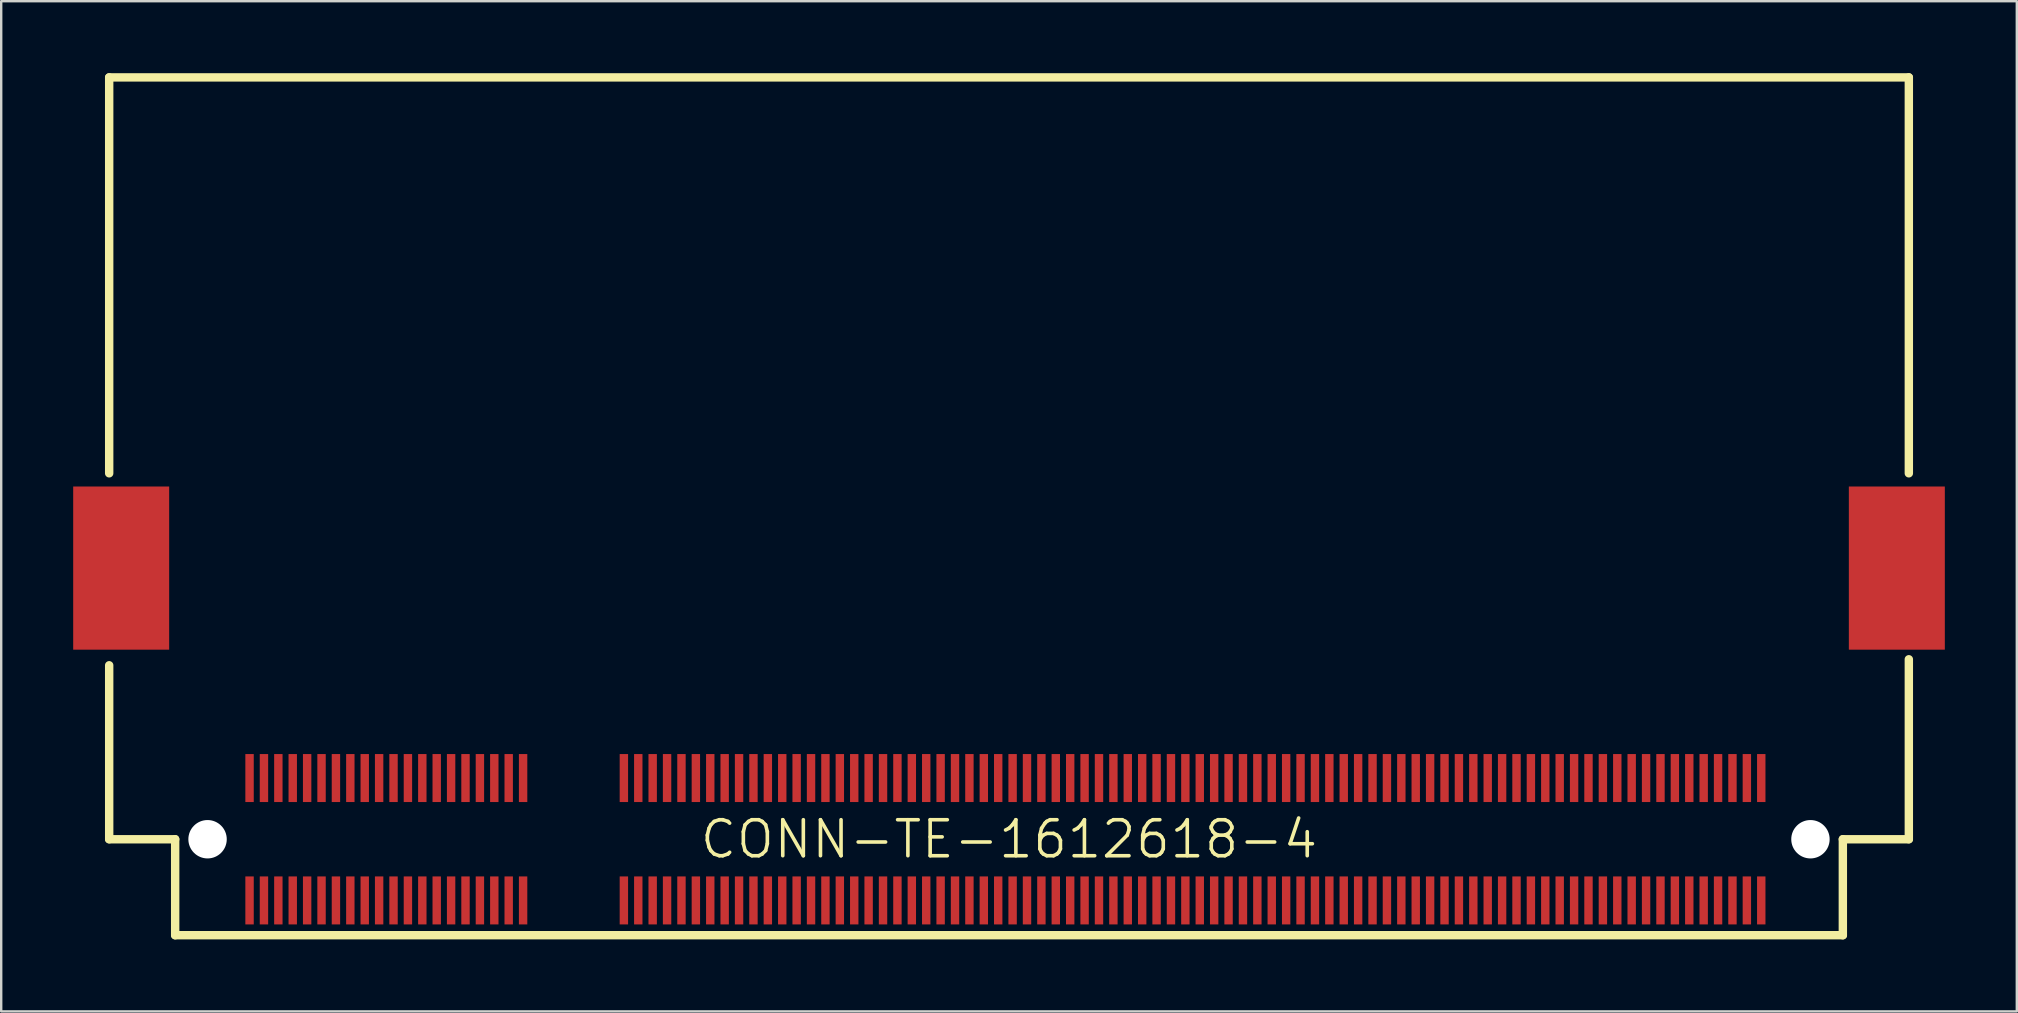
<source format=kicad_pcb>
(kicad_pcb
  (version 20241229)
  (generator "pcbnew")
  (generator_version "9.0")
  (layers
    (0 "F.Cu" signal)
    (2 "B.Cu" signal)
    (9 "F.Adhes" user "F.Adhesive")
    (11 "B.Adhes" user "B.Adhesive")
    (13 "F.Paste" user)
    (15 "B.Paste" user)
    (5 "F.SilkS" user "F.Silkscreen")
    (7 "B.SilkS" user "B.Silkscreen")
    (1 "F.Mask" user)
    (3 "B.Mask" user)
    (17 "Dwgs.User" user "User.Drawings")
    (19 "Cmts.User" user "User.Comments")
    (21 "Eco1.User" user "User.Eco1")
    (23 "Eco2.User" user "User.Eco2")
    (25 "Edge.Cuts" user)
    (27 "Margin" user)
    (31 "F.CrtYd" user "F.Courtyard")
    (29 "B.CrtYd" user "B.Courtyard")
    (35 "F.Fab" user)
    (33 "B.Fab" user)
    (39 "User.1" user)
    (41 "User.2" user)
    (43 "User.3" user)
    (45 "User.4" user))
  (footprint "CONN-TE-1612618-4"
    (layer "F.Cu")
    (at 39 31.925)
    (property "Reference" "CONN-TE-1612618-4" (at 0 0 0) (layer "F.SilkS") (effects (font (size 1.5 1.5) (thickness 0.15))))
    (attr smd)
    (fp_line (start -37.5 -31.75) (end -37.5 -15.25) (stroke (width 0.35) (type solid)) (layer "F.SilkS"))
    (fp_line (start -37.5 -31.75) (end 37.5 -31.75) (stroke (width 0.35) (type solid)) (layer "F.SilkS"))
    (fp_line (start -37.5 0) (end -37.5 -7.25) (stroke (width 0.35) (type solid)) (layer "F.SilkS"))
    (fp_line (start -37.5 0) (end -34.75 0) (stroke (width 0.35) (type solid)) (layer "F.SilkS"))
    (fp_line (start -34.75 0) (end -34.75 4) (stroke (width 0.35) (type solid)) (layer "F.SilkS"))
    (fp_line (start -34.75 4) (end 34.75 4) (stroke (width 0.35) (type solid)) (layer "F.SilkS"))
    (fp_line (start 34.75 0) (end 37.5 0) (stroke (width 0.35) (type solid)) (layer "F.SilkS"))
    (fp_line (start 34.75 4) (end 34.75 0) (stroke (width 0.35) (type solid)) (layer "F.SilkS"))
    (fp_line (start 37.5 -31.75) (end 37.5 -15.25) (stroke (width 0.35) (type solid)) (layer "F.SilkS"))
    (fp_line (start 37.5 0) (end 37.5 -7.5) (stroke (width 0.35) (type solid)) (layer "F.SilkS"))
    (pad "" np_thru_hole circle (at -33.4 0) (size 1.6 1.6) (drill 1.6) (layers "*.Cu" "*.Mask"))
    (pad "" np_thru_hole circle (at 33.4 0) (size 1.6 1.6) (drill 1.6) (layers "*.Cu" "*.Mask"))
    (pad "1" smd rect (at -31.65 2.55) (size 0.35 2) (layers "F.Cu" "F.Mask" "F.Paste"))
    (pad "2" smd rect (at -31.65 -2.55) (size 0.35 2) (layers "F.Cu" "F.Mask" "F.Paste"))
    (pad "3" smd rect (at -31.05 2.55) (size 0.35 2) (layers "F.Cu" "F.Mask" "F.Paste"))
    (pad "4" smd rect (at -31.05 -2.55) (size 0.35 2) (layers "F.Cu" "F.Mask" "F.Paste"))
    (pad "5" smd rect (at -30.45 2.55) (size 0.35 2) (layers "F.Cu" "F.Mask" "F.Paste"))
    (pad "6" smd rect (at -30.45 -2.55) (size 0.35 2) (layers "F.Cu" "F.Mask" "F.Paste"))
    (pad "7" smd rect (at -29.85 2.55) (size 0.35 2) (layers "F.Cu" "F.Mask" "F.Paste"))
    (pad "8" smd rect (at -29.85 -2.55) (size 0.35 2) (layers "F.Cu" "F.Mask" "F.Paste"))
    (pad "9" smd rect (at -29.25 2.55) (size 0.35 2) (layers "F.Cu" "F.Mask" "F.Paste"))
    (pad "10" smd rect (at -29.25 -2.55) (size 0.35 2) (layers "F.Cu" "F.Mask" "F.Paste"))
    (pad "11" smd rect (at -28.65 2.55) (size 0.35 2) (layers "F.Cu" "F.Mask" "F.Paste"))
    (pad "12" smd rect (at -28.65 -2.55) (size 0.35 2) (layers "F.Cu" "F.Mask" "F.Paste"))
    (pad "13" smd rect (at -28.05 2.55) (size 0.35 2) (layers "F.Cu" "F.Mask" "F.Paste"))
    (pad "14" smd rect (at -28.05 -2.55) (size 0.35 2) (layers "F.Cu" "F.Mask" "F.Paste"))
    (pad "15" smd rect (at -27.45 2.55) (size 0.35 2) (layers "F.Cu" "F.Mask" "F.Paste"))
    (pad "16" smd rect (at -27.45 -2.55) (size 0.35 2) (layers "F.Cu" "F.Mask" "F.Paste"))
    (pad "17" smd rect (at -26.85 2.55) (size 0.35 2) (layers "F.Cu" "F.Mask" "F.Paste"))
    (pad "18" smd rect (at -26.85 -2.55) (size 0.35 2) (layers "F.Cu" "F.Mask" "F.Paste"))
    (pad "19" smd rect (at -26.25 2.55) (size 0.35 2) (layers "F.Cu" "F.Mask" "F.Paste"))
    (pad "20" smd rect (at -26.25 -2.55) (size 0.35 2) (layers "F.Cu" "F.Mask" "F.Paste"))
    (pad "21" smd rect (at -25.65 2.55) (size 0.35 2) (layers "F.Cu" "F.Mask" "F.Paste"))
    (pad "22" smd rect (at -25.65 -2.55) (size 0.35 2) (layers "F.Cu" "F.Mask" "F.Paste"))
    (pad "23" smd rect (at -25.05 2.55) (size 0.35 2) (layers "F.Cu" "F.Mask" "F.Paste"))
    (pad "24" smd rect (at -25.05 -2.55) (size 0.35 2) (layers "F.Cu" "F.Mask" "F.Paste"))
    (pad "25" smd rect (at -24.45 2.55) (size 0.35 2) (layers "F.Cu" "F.Mask" "F.Paste"))
    (pad "26" smd rect (at -24.45 -2.55) (size 0.35 2) (layers "F.Cu" "F.Mask" "F.Paste"))
    (pad "27" smd rect (at -23.85 2.55) (size 0.35 2) (layers "F.Cu" "F.Mask" "F.Paste"))
    (pad "28" smd rect (at -23.85 -2.55) (size 0.35 2) (layers "F.Cu" "F.Mask" "F.Paste"))
    (pad "29" smd rect (at -23.25 2.55) (size 0.35 2) (layers "F.Cu" "F.Mask" "F.Paste"))
    (pad "30" smd rect (at -23.25 -2.55) (size 0.35 2) (layers "F.Cu" "F.Mask" "F.Paste"))
    (pad "31" smd rect (at -22.65 2.55) (size 0.35 2) (layers "F.Cu" "F.Mask" "F.Paste"))
    (pad "32" smd rect (at -22.65 -2.55) (size 0.35 2) (layers "F.Cu" "F.Mask" "F.Paste"))
    (pad "33" smd rect (at -22.05 2.55) (size 0.35 2) (layers "F.Cu" "F.Mask" "F.Paste"))
    (pad "34" smd rect (at -22.05 -2.55) (size 0.35 2) (layers "F.Cu" "F.Mask" "F.Paste"))
    (pad "35" smd rect (at -21.45 2.55) (size 0.35 2) (layers "F.Cu" "F.Mask" "F.Paste"))
    (pad "36" smd rect (at -21.45 -2.55) (size 0.35 2) (layers "F.Cu" "F.Mask" "F.Paste"))
    (pad "37" smd rect (at -20.85 2.55) (size 0.35 2) (layers "F.Cu" "F.Mask" "F.Paste"))
    (pad "38" smd rect (at -20.85 -2.55) (size 0.35 2) (layers "F.Cu" "F.Mask" "F.Paste"))
    (pad "39" smd rect (at -20.25 2.55) (size 0.35 2) (layers "F.Cu" "F.Mask" "F.Paste"))
    (pad "40" smd rect (at -20.25 -2.55) (size 0.35 2) (layers "F.Cu" "F.Mask" "F.Paste"))
    (pad "41" smd rect (at -16.05 2.55) (size 0.35 2) (layers "F.Cu" "F.Mask" "F.Paste"))
    (pad "42" smd rect (at -16.05 -2.55) (size 0.35 2) (layers "F.Cu" "F.Mask" "F.Paste"))
    (pad "43" smd rect (at -15.45 2.55) (size 0.35 2) (layers "F.Cu" "F.Mask" "F.Paste"))
    (pad "44" smd rect (at -15.45 -2.55) (size 0.35 2) (layers "F.Cu" "F.Mask" "F.Paste"))
    (pad "45" smd rect (at -14.85 2.55) (size 0.35 2) (layers "F.Cu" "F.Mask" "F.Paste"))
    (pad "46" smd rect (at -14.85 -2.55) (size 0.35 2) (layers "F.Cu" "F.Mask" "F.Paste"))
    (pad "47" smd rect (at -14.25 2.55) (size 0.35 2) (layers "F.Cu" "F.Mask" "F.Paste"))
    (pad "48" smd rect (at -14.25 -2.55) (size 0.35 2) (layers "F.Cu" "F.Mask" "F.Paste"))
    (pad "49" smd rect (at -13.65 2.55) (size 0.35 2) (layers "F.Cu" "F.Mask" "F.Paste"))
    (pad "50" smd rect (at -13.65 -2.55) (size 0.35 2) (layers "F.Cu" "F.Mask" "F.Paste"))
    (pad "51" smd rect (at -13.05 2.55) (size 0.35 2) (layers "F.Cu" "F.Mask" "F.Paste"))
    (pad "52" smd rect (at -13.05 -2.55) (size 0.35 2) (layers "F.Cu" "F.Mask" "F.Paste"))
    (pad "53" smd rect (at -12.45 2.55) (size 0.35 2) (layers "F.Cu" "F.Mask" "F.Paste"))
    (pad "54" smd rect (at -12.45 -2.55) (size 0.35 2) (layers "F.Cu" "F.Mask" "F.Paste"))
    (pad "55" smd rect (at -11.85 2.55) (size 0.35 2) (layers "F.Cu" "F.Mask" "F.Paste"))
    (pad "56" smd rect (at -11.85 -2.55) (size 0.35 2) (layers "F.Cu" "F.Mask" "F.Paste"))
    (pad "57" smd rect (at -11.25 2.55) (size 0.35 2) (layers "F.Cu" "F.Mask" "F.Paste"))
    (pad "58" smd rect (at -11.25 -2.55) (size 0.35 2) (layers "F.Cu" "F.Mask" "F.Paste"))
    (pad "59" smd rect (at -10.65 2.55) (size 0.35 2) (layers "F.Cu" "F.Mask" "F.Paste"))
    (pad "60" smd rect (at -10.65 -2.55) (size 0.35 2) (layers "F.Cu" "F.Mask" "F.Paste"))
    (pad "61" smd rect (at -10.05 2.55) (size 0.35 2) (layers "F.Cu" "F.Mask" "F.Paste"))
    (pad "62" smd rect (at -10.05 -2.55) (size 0.35 2) (layers "F.Cu" "F.Mask" "F.Paste"))
    (pad "63" smd rect (at -9.45 2.55) (size 0.35 2) (layers "F.Cu" "F.Mask" "F.Paste"))
    (pad "64" smd rect (at -9.45 -2.55) (size 0.35 2) (layers "F.Cu" "F.Mask" "F.Paste"))
    (pad "65" smd rect (at -8.85 2.55) (size 0.35 2) (layers "F.Cu" "F.Mask" "F.Paste"))
    (pad "66" smd rect (at -8.85 -2.55) (size 0.35 2) (layers "F.Cu" "F.Mask" "F.Paste"))
    (pad "67" smd rect (at -8.25 2.55) (size 0.35 2) (layers "F.Cu" "F.Mask" "F.Paste"))
    (pad "68" smd rect (at -8.25 -2.55) (size 0.35 2) (layers "F.Cu" "F.Mask" "F.Paste"))
    (pad "69" smd rect (at -7.65 2.55) (size 0.35 2) (layers "F.Cu" "F.Mask" "F.Paste"))
    (pad "70" smd rect (at -7.65 -2.55) (size 0.35 2) (layers "F.Cu" "F.Mask" "F.Paste"))
    (pad "71" smd rect (at -7.05 2.55) (size 0.35 2) (layers "F.Cu" "F.Mask" "F.Paste"))
    (pad "72" smd rect (at -7.05 -2.55) (size 0.35 2) (layers "F.Cu" "F.Mask" "F.Paste"))
    (pad "73" smd rect (at -6.45 2.55) (size 0.35 2) (layers "F.Cu" "F.Mask" "F.Paste"))
    (pad "74" smd rect (at -6.45 -2.55) (size 0.35 2) (layers "F.Cu" "F.Mask" "F.Paste"))
    (pad "75" smd rect (at -5.85 2.55) (size 0.35 2) (layers "F.Cu" "F.Mask" "F.Paste"))
    (pad "76" smd rect (at -5.85 -2.55) (size 0.35 2) (layers "F.Cu" "F.Mask" "F.Paste"))
    (pad "77" smd rect (at -5.25 2.55) (size 0.35 2) (layers "F.Cu" "F.Mask" "F.Paste"))
    (pad "78" smd rect (at -5.25 -2.55) (size 0.35 2) (layers "F.Cu" "F.Mask" "F.Paste"))
    (pad "79" smd rect (at -4.65 2.55) (size 0.35 2) (layers "F.Cu" "F.Mask" "F.Paste"))
    (pad "80" smd rect (at -4.65 -2.55) (size 0.35 2) (layers "F.Cu" "F.Mask" "F.Paste"))
    (pad "81" smd rect (at -4.05 2.55) (size 0.35 2) (layers "F.Cu" "F.Mask" "F.Paste"))
    (pad "82" smd rect (at -4.05 -2.55) (size 0.35 2) (layers "F.Cu" "F.Mask" "F.Paste"))
    (pad "83" smd rect (at -3.45 2.55) (size 0.35 2) (layers "F.Cu" "F.Mask" "F.Paste"))
    (pad "84" smd rect (at -3.45 -2.55) (size 0.35 2) (layers "F.Cu" "F.Mask" "F.Paste"))
    (pad "85" smd rect (at -2.85 2.55) (size 0.35 2) (layers "F.Cu" "F.Mask" "F.Paste"))
    (pad "86" smd rect (at -2.85 -2.55) (size 0.35 2) (layers "F.Cu" "F.Mask" "F.Paste"))
    (pad "87" smd rect (at -2.25 2.55) (size 0.35 2) (layers "F.Cu" "F.Mask" "F.Paste"))
    (pad "88" smd rect (at -2.25 -2.55) (size 0.35 2) (layers "F.Cu" "F.Mask" "F.Paste"))
    (pad "89" smd rect (at -1.65 2.55) (size 0.35 2) (layers "F.Cu" "F.Mask" "F.Paste"))
    (pad "90" smd rect (at -1.65 -2.55) (size 0.35 2) (layers "F.Cu" "F.Mask" "F.Paste"))
    (pad "91" smd rect (at -1.05 2.55) (size 0.35 2) (layers "F.Cu" "F.Mask" "F.Paste"))
    (pad "92" smd rect (at -1.05 -2.55) (size 0.35 2) (layers "F.Cu" "F.Mask" "F.Paste"))
    (pad "93" smd rect (at -0.45 2.55) (size 0.35 2) (layers "F.Cu" "F.Mask" "F.Paste"))
    (pad "94" smd rect (at -0.45 -2.55) (size 0.35 2) (layers "F.Cu" "F.Mask" "F.Paste"))
    (pad "95" smd rect (at 0.15 2.55) (size 0.35 2) (layers "F.Cu" "F.Mask" "F.Paste"))
    (pad "96" smd rect (at 0.15 -2.55) (size 0.35 2) (layers "F.Cu" "F.Mask" "F.Paste"))
    (pad "97" smd rect (at 0.75 2.55) (size 0.35 2) (layers "F.Cu" "F.Mask" "F.Paste"))
    (pad "98" smd rect (at 0.75 -2.55) (size 0.35 2) (layers "F.Cu" "F.Mask" "F.Paste"))
    (pad "99" smd rect (at 1.35 2.55) (size 0.35 2) (layers "F.Cu" "F.Mask" "F.Paste"))
    (pad "100" smd rect (at 1.35 -2.55) (size 0.35 2) (layers "F.Cu" "F.Mask" "F.Paste"))
    (pad "101" smd rect (at 1.95 2.55) (size 0.35 2) (layers "F.Cu" "F.Mask" "F.Paste"))
    (pad "102" smd rect (at 1.95 -2.55) (size 0.35 2) (layers "F.Cu" "F.Mask" "F.Paste"))
    (pad "103" smd rect (at 2.55 2.55) (size 0.35 2) (layers "F.Cu" "F.Mask" "F.Paste"))
    (pad "104" smd rect (at 2.55 -2.55) (size 0.35 2) (layers "F.Cu" "F.Mask" "F.Paste"))
    (pad "105" smd rect (at 3.15 2.55) (size 0.35 2) (layers "F.Cu" "F.Mask" "F.Paste"))
    (pad "106" smd rect (at 3.15 -2.55) (size 0.35 2) (layers "F.Cu" "F.Mask" "F.Paste"))
    (pad "107" smd rect (at 3.75 2.55) (size 0.35 2) (layers "F.Cu" "F.Mask" "F.Paste"))
    (pad "108" smd rect (at 3.75 -2.55) (size 0.35 2) (layers "F.Cu" "F.Mask" "F.Paste"))
    (pad "109" smd rect (at 4.35 2.55) (size 0.35 2) (layers "F.Cu" "F.Mask" "F.Paste"))
    (pad "110" smd rect (at 4.35 -2.55) (size 0.35 2) (layers "F.Cu" "F.Mask" "F.Paste"))
    (pad "111" smd rect (at 4.95 2.55) (size 0.35 2) (layers "F.Cu" "F.Mask" "F.Paste"))
    (pad "112" smd rect (at 4.95 -2.55) (size 0.35 2) (layers "F.Cu" "F.Mask" "F.Paste"))
    (pad "113" smd rect (at 5.55 2.55) (size 0.35 2) (layers "F.Cu" "F.Mask" "F.Paste"))
    (pad "114" smd rect (at 5.55 -2.55) (size 0.35 2) (layers "F.Cu" "F.Mask" "F.Paste"))
    (pad "115" smd rect (at 6.15 2.55) (size 0.35 2) (layers "F.Cu" "F.Mask" "F.Paste"))
    (pad "116" smd rect (at 6.15 -2.55) (size 0.35 2) (layers "F.Cu" "F.Mask" "F.Paste"))
    (pad "117" smd rect (at 6.75 2.55) (size 0.35 2) (layers "F.Cu" "F.Mask" "F.Paste"))
    (pad "118" smd rect (at 6.75 -2.55) (size 0.35 2) (layers "F.Cu" "F.Mask" "F.Paste"))
    (pad "119" smd rect (at 7.35 2.55) (size 0.35 2) (layers "F.Cu" "F.Mask" "F.Paste"))
    (pad "120" smd rect (at 7.35 -2.55) (size 0.35 2) (layers "F.Cu" "F.Mask" "F.Paste"))
    (pad "121" smd rect (at 7.95 2.55) (size 0.35 2) (layers "F.Cu" "F.Mask" "F.Paste"))
    (pad "122" smd rect (at 7.95 -2.55) (size 0.35 2) (layers "F.Cu" "F.Mask" "F.Paste"))
    (pad "123" smd rect (at 8.55 2.55) (size 0.35 2) (layers "F.Cu" "F.Mask" "F.Paste"))
    (pad "124" smd rect (at 8.55 -2.55) (size 0.35 2) (layers "F.Cu" "F.Mask" "F.Paste"))
    (pad "125" smd rect (at 9.15 2.55) (size 0.35 2) (layers "F.Cu" "F.Mask" "F.Paste"))
    (pad "126" smd rect (at 9.15 -2.55) (size 0.35 2) (layers "F.Cu" "F.Mask" "F.Paste"))
    (pad "127" smd rect (at 9.75 2.55) (size 0.35 2) (layers "F.Cu" "F.Mask" "F.Paste"))
    (pad "128" smd rect (at 9.75 -2.55) (size 0.35 2) (layers "F.Cu" "F.Mask" "F.Paste"))
    (pad "129" smd rect (at 10.35 2.55) (size 0.35 2) (layers "F.Cu" "F.Mask" "F.Paste"))
    (pad "130" smd rect (at 10.35 -2.55) (size 0.35 2) (layers "F.Cu" "F.Mask" "F.Paste"))
    (pad "131" smd rect (at 10.95 2.55) (size 0.35 2) (layers "F.Cu" "F.Mask" "F.Paste"))
    (pad "132" smd rect (at 10.95 -2.55) (size 0.35 2) (layers "F.Cu" "F.Mask" "F.Paste"))
    (pad "133" smd rect (at 11.55 2.55) (size 0.35 2) (layers "F.Cu" "F.Mask" "F.Paste"))
    (pad "134" smd rect (at 11.55 -2.55) (size 0.35 2) (layers "F.Cu" "F.Mask" "F.Paste"))
    (pad "135" smd rect (at 12.15 2.55) (size 0.35 2) (layers "F.Cu" "F.Mask" "F.Paste"))
    (pad "136" smd rect (at 12.15 -2.55) (size 0.35 2) (layers "F.Cu" "F.Mask" "F.Paste"))
    (pad "137" smd rect (at 12.75 2.55) (size 0.35 2) (layers "F.Cu" "F.Mask" "F.Paste"))
    (pad "138" smd rect (at 12.75 -2.55) (size 0.35 2) (layers "F.Cu" "F.Mask" "F.Paste"))
    (pad "139" smd rect (at 13.35 2.55) (size 0.35 2) (layers "F.Cu" "F.Mask" "F.Paste"))
    (pad "140" smd rect (at 13.35 -2.55) (size 0.35 2) (layers "F.Cu" "F.Mask" "F.Paste"))
    (pad "141" smd rect (at 13.95 2.55) (size 0.35 2) (layers "F.Cu" "F.Mask" "F.Paste"))
    (pad "142" smd rect (at 13.95 -2.55) (size 0.35 2) (layers "F.Cu" "F.Mask" "F.Paste"))
    (pad "143" smd rect (at 14.55 2.55) (size 0.35 2) (layers "F.Cu" "F.Mask" "F.Paste"))
    (pad "144" smd rect (at 14.55 -2.55) (size 0.35 2) (layers "F.Cu" "F.Mask" "F.Paste"))
    (pad "145" smd rect (at 15.15 2.55) (size 0.35 2) (layers "F.Cu" "F.Mask" "F.Paste"))
    (pad "146" smd rect (at 15.15 -2.55) (size 0.35 2) (layers "F.Cu" "F.Mask" "F.Paste"))
    (pad "147" smd rect (at 15.75 2.55) (size 0.35 2) (layers "F.Cu" "F.Mask" "F.Paste"))
    (pad "148" smd rect (at 15.75 -2.55) (size 0.35 2) (layers "F.Cu" "F.Mask" "F.Paste"))
    (pad "149" smd rect (at 16.35 2.55) (size 0.35 2) (layers "F.Cu" "F.Mask" "F.Paste"))
    (pad "150" smd rect (at 16.35 -2.55) (size 0.35 2) (layers "F.Cu" "F.Mask" "F.Paste"))
    (pad "151" smd rect (at 16.95 2.55) (size 0.35 2) (layers "F.Cu" "F.Mask" "F.Paste"))
    (pad "152" smd rect (at 16.95 -2.55) (size 0.35 2) (layers "F.Cu" "F.Mask" "F.Paste"))
    (pad "153" smd rect (at 17.55 2.55) (size 0.35 2) (layers "F.Cu" "F.Mask" "F.Paste"))
    (pad "154" smd rect (at 17.55 -2.55) (size 0.35 2) (layers "F.Cu" "F.Mask" "F.Paste"))
    (pad "155" smd rect (at 18.15 2.55) (size 0.35 2) (layers "F.Cu" "F.Mask" "F.Paste"))
    (pad "156" smd rect (at 18.15 -2.55) (size 0.35 2) (layers "F.Cu" "F.Mask" "F.Paste"))
    (pad "157" smd rect (at 18.75 2.55) (size 0.35 2) (layers "F.Cu" "F.Mask" "F.Paste"))
    (pad "158" smd rect (at 18.75 -2.55) (size 0.35 2) (layers "F.Cu" "F.Mask" "F.Paste"))
    (pad "159" smd rect (at 19.35 2.55) (size 0.35 2) (layers "F.Cu" "F.Mask" "F.Paste"))
    (pad "160" smd rect (at 19.35 -2.55) (size 0.35 2) (layers "F.Cu" "F.Mask" "F.Paste"))
    (pad "161" smd rect (at 19.95 2.55) (size 0.35 2) (layers "F.Cu" "F.Mask" "F.Paste"))
    (pad "162" smd rect (at 19.95 -2.55) (size 0.35 2) (layers "F.Cu" "F.Mask" "F.Paste"))
    (pad "163" smd rect (at 20.55 2.55) (size 0.35 2) (layers "F.Cu" "F.Mask" "F.Paste"))
    (pad "164" smd rect (at 20.55 -2.55) (size 0.35 2) (layers "F.Cu" "F.Mask" "F.Paste"))
    (pad "165" smd rect (at 21.15 2.55) (size 0.35 2) (layers "F.Cu" "F.Mask" "F.Paste"))
    (pad "166" smd rect (at 21.15 -2.55) (size 0.35 2) (layers "F.Cu" "F.Mask" "F.Paste"))
    (pad "167" smd rect (at 21.75 2.55) (size 0.35 2) (layers "F.Cu" "F.Mask" "F.Paste"))
    (pad "168" smd rect (at 21.75 -2.55) (size 0.35 2) (layers "F.Cu" "F.Mask" "F.Paste"))
    (pad "169" smd rect (at 22.35 2.55) (size 0.35 2) (layers "F.Cu" "F.Mask" "F.Paste"))
    (pad "170" smd rect (at 22.35 -2.55) (size 0.35 2) (layers "F.Cu" "F.Mask" "F.Paste"))
    (pad "171" smd rect (at 22.95 2.55) (size 0.35 2) (layers "F.Cu" "F.Mask" "F.Paste"))
    (pad "172" smd rect (at 22.95 -2.55) (size 0.35 2) (layers "F.Cu" "F.Mask" "F.Paste"))
    (pad "173" smd rect (at 23.55 2.55) (size 0.35 2) (layers "F.Cu" "F.Mask" "F.Paste"))
    (pad "174" smd rect (at 23.55 -2.55) (size 0.35 2) (layers "F.Cu" "F.Mask" "F.Paste"))
    (pad "175" smd rect (at 24.15 2.55) (size 0.35 2) (layers "F.Cu" "F.Mask" "F.Paste"))
    (pad "176" smd rect (at 24.15 -2.55) (size 0.35 2) (layers "F.Cu" "F.Mask" "F.Paste"))
    (pad "177" smd rect (at 24.75 2.55) (size 0.35 2) (layers "F.Cu" "F.Mask" "F.Paste"))
    (pad "178" smd rect (at 24.75 -2.55) (size 0.35 2) (layers "F.Cu" "F.Mask" "F.Paste"))
    (pad "179" smd rect (at 25.35 2.55) (size 0.35 2) (layers "F.Cu" "F.Mask" "F.Paste"))
    (pad "180" smd rect (at 25.35 -2.55) (size 0.35 2) (layers "F.Cu" "F.Mask" "F.Paste"))
    (pad "181" smd rect (at 25.95 2.55) (size 0.35 2) (layers "F.Cu" "F.Mask" "F.Paste"))
    (pad "182" smd rect (at 25.95 -2.55) (size 0.35 2) (layers "F.Cu" "F.Mask" "F.Paste"))
    (pad "183" smd rect (at 26.55 2.55) (size 0.35 2) (layers "F.Cu" "F.Mask" "F.Paste"))
    (pad "184" smd rect (at 26.55 -2.55) (size 0.35 2) (layers "F.Cu" "F.Mask" "F.Paste"))
    (pad "185" smd rect (at 27.15 2.55) (size 0.35 2) (layers "F.Cu" "F.Mask" "F.Paste"))
    (pad "186" smd rect (at 27.15 -2.55) (size 0.35 2) (layers "F.Cu" "F.Mask" "F.Paste"))
    (pad "187" smd rect (at 27.75 2.55) (size 0.35 2) (layers "F.Cu" "F.Mask" "F.Paste"))
    (pad "188" smd rect (at 27.75 -2.55) (size 0.35 2) (layers "F.Cu" "F.Mask" "F.Paste"))
    (pad "189" smd rect (at 28.35 2.55) (size 0.35 2) (layers "F.Cu" "F.Mask" "F.Paste"))
    (pad "190" smd rect (at 28.35 -2.55) (size 0.35 2) (layers "F.Cu" "F.Mask" "F.Paste"))
    (pad "191" smd rect (at 28.95 2.55) (size 0.35 2) (layers "F.Cu" "F.Mask" "F.Paste"))
    (pad "192" smd rect (at 28.95 -2.55) (size 0.35 2) (layers "F.Cu" "F.Mask" "F.Paste"))
    (pad "193" smd rect (at 29.55 2.55) (size 0.35 2) (layers "F.Cu" "F.Mask" "F.Paste"))
    (pad "194" smd rect (at 29.55 -2.55) (size 0.35 2) (layers "F.Cu" "F.Mask" "F.Paste"))
    (pad "195" smd rect (at 30.15 2.55) (size 0.35 2) (layers "F.Cu" "F.Mask" "F.Paste"))
    (pad "196" smd rect (at 30.15 -2.55) (size 0.35 2) (layers "F.Cu" "F.Mask" "F.Paste"))
    (pad "197" smd rect (at 30.75 2.55) (size 0.35 2) (layers "F.Cu" "F.Mask" "F.Paste"))
    (pad "198" smd rect (at 30.75 -2.55) (size 0.35 2) (layers "F.Cu" "F.Mask" "F.Paste"))
    (pad "199" smd rect (at 31.35 2.55) (size 0.35 2) (layers "F.Cu" "F.Mask" "F.Paste"))
    (pad "200" smd rect (at 31.35 -2.55) (size 0.35 2) (layers "F.Cu" "F.Mask" "F.Paste"))
    (pad "M" smd rect (at -37 -11.3) (size 4 6.8) (layers "F.Cu" "F.Mask" "F.Paste"))
    (pad "M" smd rect (at 37 -11.3) (size 4 6.8) (layers "F.Cu" "F.Mask" "F.Paste")))
  (gr_rect
    (start -3 -3)
    (end 81 39.1)
    (stroke (width 0.1) (type default))
    (fill no)
    (layer "Edge.Cuts")))
</source>
